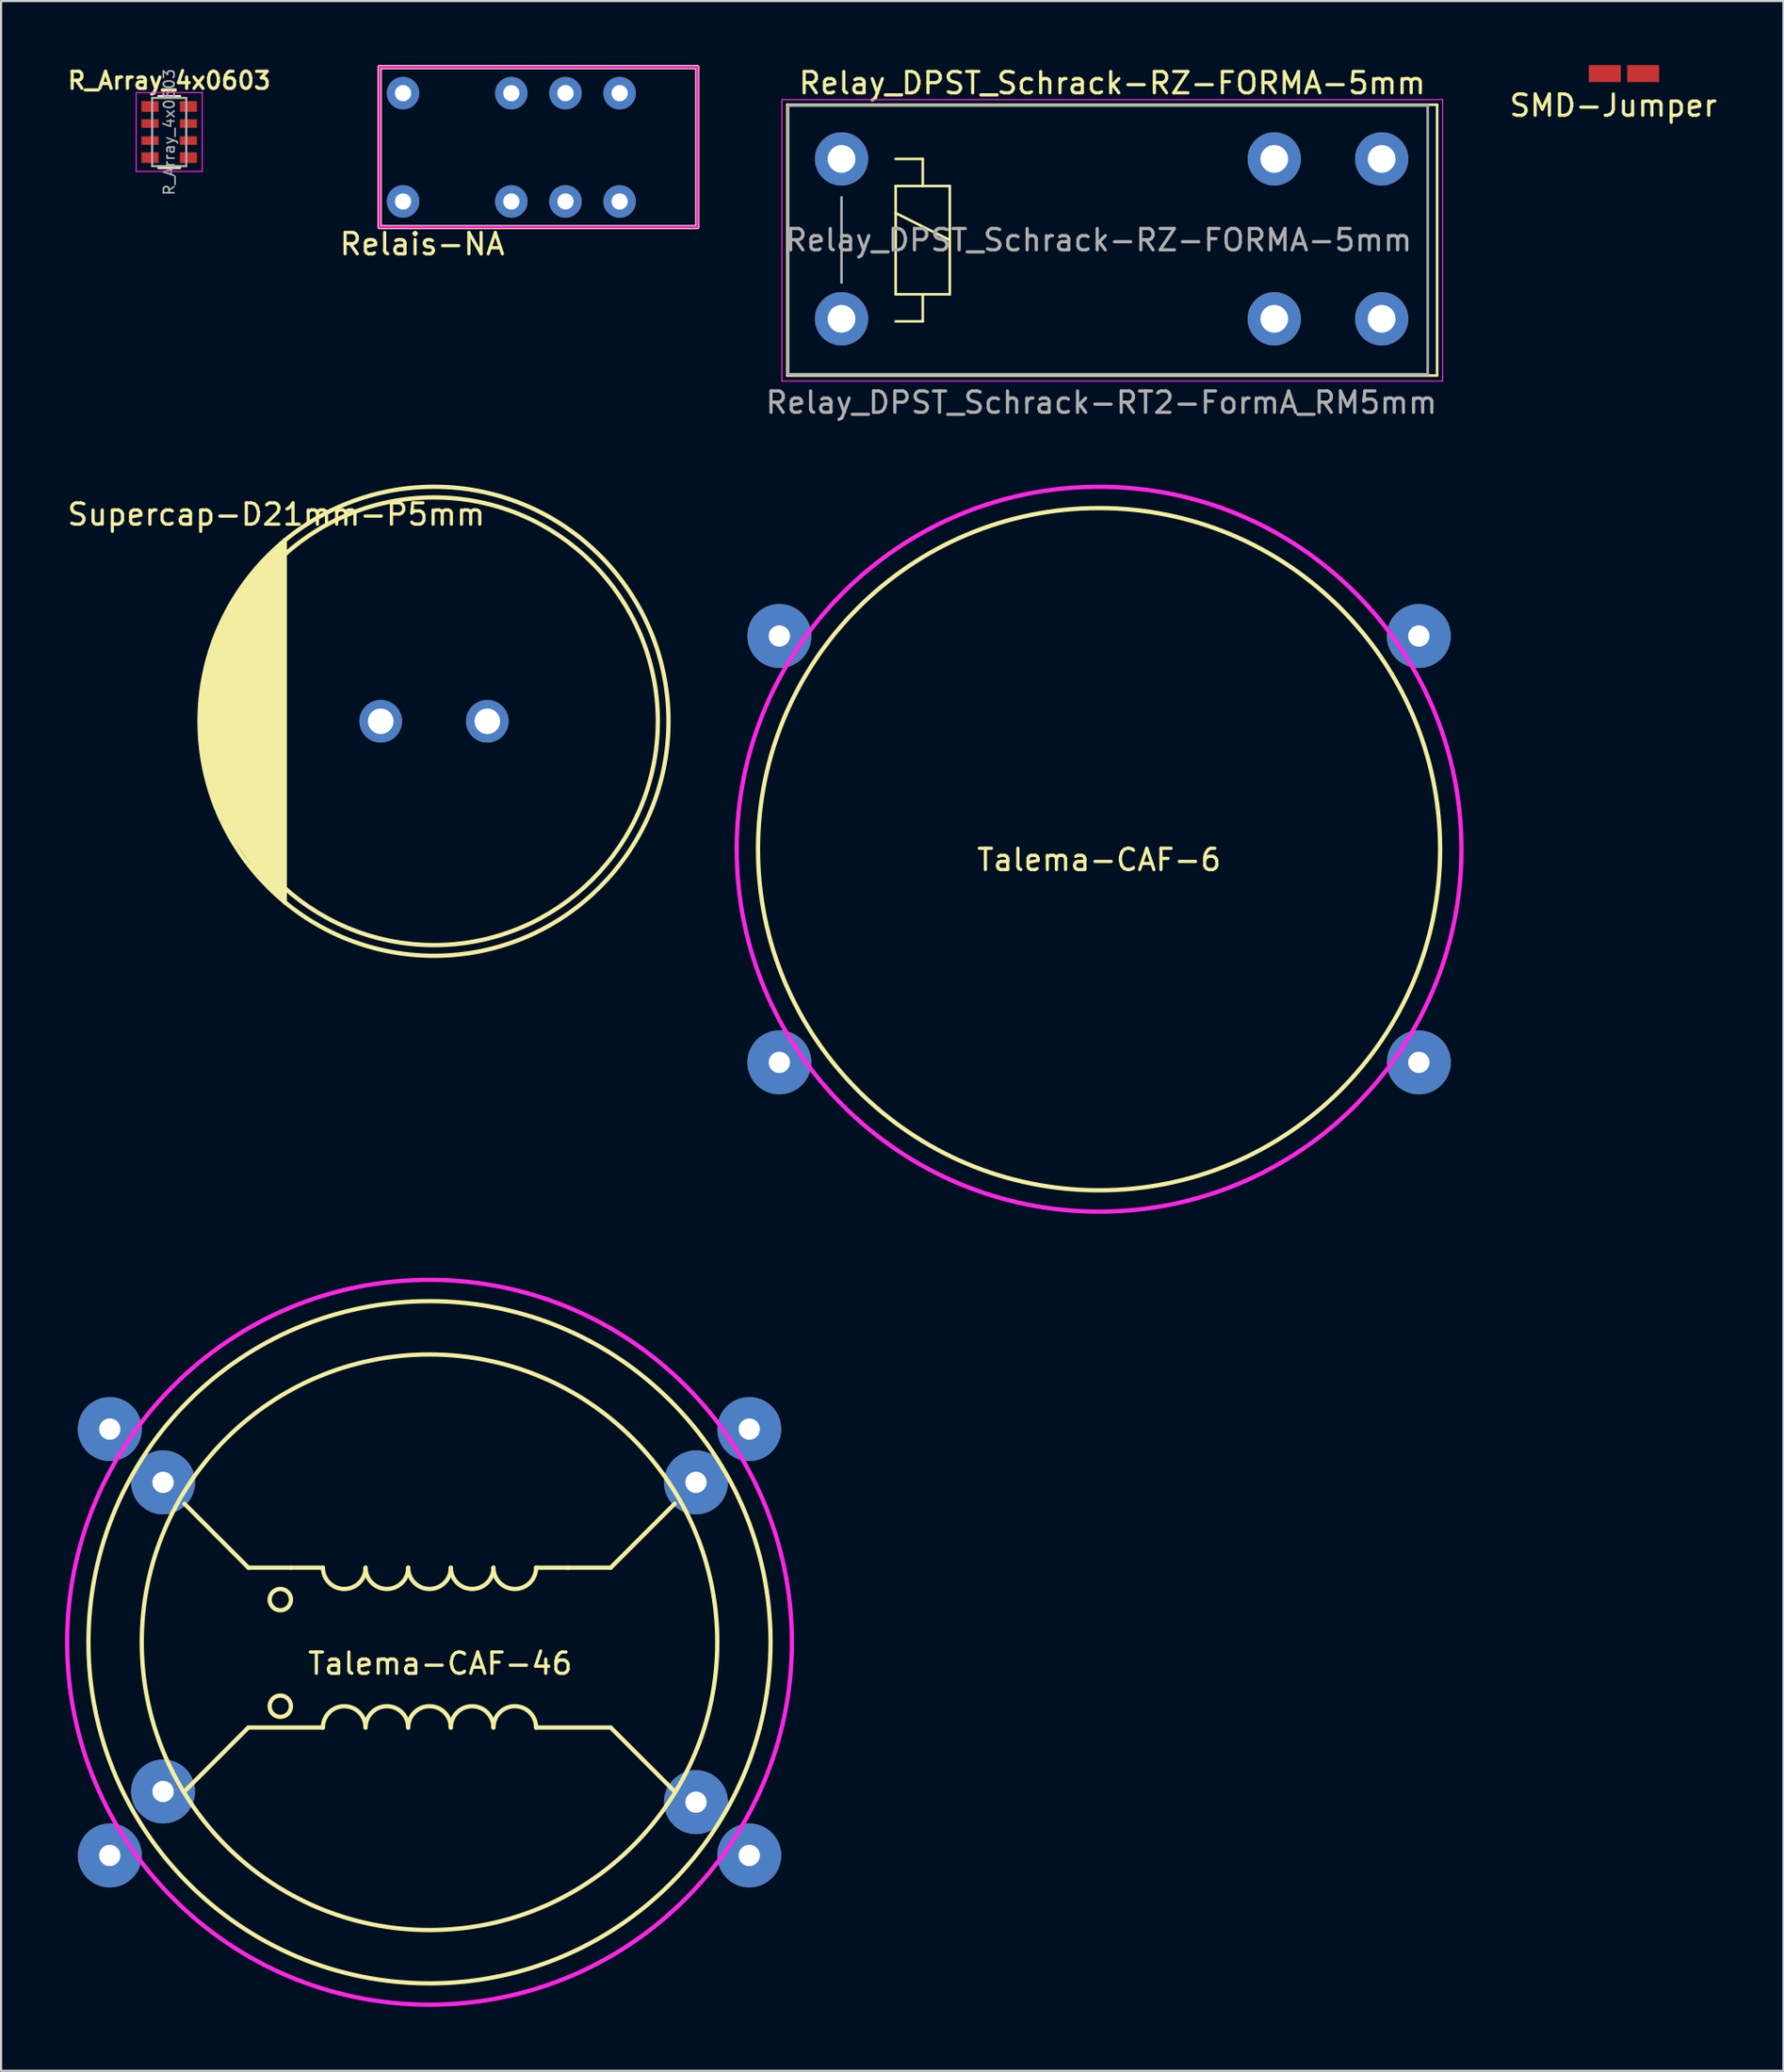
<source format=kicad_pcb>
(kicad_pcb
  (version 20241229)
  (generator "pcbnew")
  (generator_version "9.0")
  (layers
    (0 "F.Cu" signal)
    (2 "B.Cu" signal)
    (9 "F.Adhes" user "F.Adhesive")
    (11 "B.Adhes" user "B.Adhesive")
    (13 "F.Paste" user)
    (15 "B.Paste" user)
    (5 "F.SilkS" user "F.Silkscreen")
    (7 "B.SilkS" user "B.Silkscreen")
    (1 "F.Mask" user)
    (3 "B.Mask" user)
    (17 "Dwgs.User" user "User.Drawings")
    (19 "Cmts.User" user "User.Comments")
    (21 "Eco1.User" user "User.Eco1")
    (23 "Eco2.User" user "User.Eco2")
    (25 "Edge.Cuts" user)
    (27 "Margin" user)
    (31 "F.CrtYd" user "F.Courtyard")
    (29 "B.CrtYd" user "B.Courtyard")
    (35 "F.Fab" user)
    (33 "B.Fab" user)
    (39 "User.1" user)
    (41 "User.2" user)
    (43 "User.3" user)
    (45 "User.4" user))
  (footprint "R_Array_4x0603"
    (layer "F.Cu")
    (at 4.888 3.144)
    (property "Reference" "R_Array_4x0603" (at 0 -2.413 0) (layer "F.SilkS") (effects (font (size 0.8 0.8) (thickness 0.15))))
    (attr through_hole)
    (fp_line (start 0.5 -1.68) (end -0.5 -1.68) (stroke (width 0.12) (type solid)) (layer "F.SilkS"))
    (fp_line (start 0.5 1.68) (end -0.5 1.68) (stroke (width 0.12) (type solid)) (layer "F.SilkS"))
    (fp_line (start -1.55 -1.85) (end -1.55 1.85) (stroke (width 0.05) (type solid)) (layer "F.CrtYd"))
    (fp_line (start -1.55 -1.85) (end 1.55 -1.85) (stroke (width 0.05) (type solid)) (layer "F.CrtYd"))
    (fp_line (start 1.55 1.85) (end -1.55 1.85) (stroke (width 0.05) (type solid)) (layer "F.CrtYd"))
    (fp_line (start 1.55 1.85) (end 1.55 -1.85) (stroke (width 0.05) (type solid)) (layer "F.CrtYd"))
    (fp_line (start -0.8 -1.6) (end 0.8 -1.6) (stroke (width 0.1) (type solid)) (layer "F.Fab"))
    (fp_line (start -0.8 1.6) (end -0.8 -1.6) (stroke (width 0.1) (type solid)) (layer "F.Fab"))
    (fp_line (start 0.8 -1.6) (end 0.8 1.6) (stroke (width 0.1) (type solid)) (layer "F.Fab"))
    (fp_line (start 0.8 1.6) (end -0.8 1.6) (stroke (width 0.1) (type solid)) (layer "F.Fab"))
    (fp_text user "${REFERENCE}" (at 0 0 90) (layer "F.Fab") (effects (font (size 0.5 0.5) (thickness 0.075))))
    (pad "1" smd rect (at -0.9 -1.2) (size 0.8 0.5) (layers "F.Cu" "F.Mask" "F.Paste"))
    (pad "2" smd rect (at -0.9 -0.4) (size 0.8 0.4) (layers "F.Cu" "F.Mask" "F.Paste"))
    (pad "3" smd rect (at -0.9 0.4) (size 0.8 0.4) (layers "F.Cu" "F.Mask" "F.Paste"))
    (pad "4" smd rect (at -0.9 1.2) (size 0.8 0.5) (layers "F.Cu" "F.Mask" "F.Paste"))
    (pad "5" smd rect (at 0.9 1.2) (size 0.8 0.5) (layers "F.Cu" "F.Mask" "F.Paste"))
    (pad "6" smd rect (at 0.9 0.4) (size 0.8 0.4) (layers "F.Cu" "F.Mask" "F.Paste"))
    (pad "7" smd rect (at 0.9 -0.4) (size 0.8 0.4) (layers "F.Cu" "F.Mask" "F.Paste"))
    (pad "8" smd rect (at 0.9 -1.2) (size 0.8 0.5) (layers "F.Cu" "F.Mask" "F.Paste")))
  (footprint "Relais-NA"
    (layer "F.Cu")
    (at 15.858 6.4)
    (property "Reference" "Relais-NA" (at 0.9 2 0) (layer "F.SilkS") (effects (font (size 1 1) (thickness 0.15))))
    (attr through_hole)
    (fp_line (start -1.1 -6.3) (end 13.8 -6.3) (stroke (width 0.2) (type solid)) (layer "F.SilkS"))
    (fp_line (start -1.1 1.2) (end -1.1 -6.3) (stroke (width 0.2) (type solid)) (layer "F.SilkS"))
    (fp_line (start 13.8 -6.3) (end 13.8 1.2) (stroke (width 0.2) (type solid)) (layer "F.SilkS"))
    (fp_line (start 13.8 1.2) (end -1.1 1.2) (stroke (width 0.2) (type solid)) (layer "F.SilkS"))
    (fp_line (start -1.1 -6.3) (end 13.8 -6.3) (stroke (width 0.12) (type solid)) (layer "F.CrtYd"))
    (fp_line (start -1.1 1.2) (end -1.1 -6.3) (stroke (width 0.12) (type solid)) (layer "F.CrtYd"))
    (fp_line (start 13.8 -6.3) (end 13.8 1.2) (stroke (width 0.12) (type solid)) (layer "F.CrtYd"))
    (fp_line (start 13.8 1.2) (end -1.1 1.2) (stroke (width 0.12) (type solid)) (layer "F.CrtYd"))
    (pad "1" thru_hole circle (at 0 0) (size 1.524 1.524) (drill 0.762) (layers "*.Cu" "*.Mask"))
    (pad "3" thru_hole circle (at 5.08 0) (size 1.524 1.524) (drill 0.762) (layers "*.Cu" "*.Mask"))
    (pad "4" thru_hole circle (at 7.62 0) (size 1.524 1.524) (drill 0.762) (layers "*.Cu" "*.Mask"))
    (pad "5" thru_hole circle (at 10.16 0) (size 1.524 1.524) (drill 0.762) (layers "*.Cu" "*.Mask"))
    (pad "8" thru_hole circle (at 10.16 -5.08) (size 1.524 1.524) (drill 0.762) (layers "*.Cu" "*.Mask"))
    (pad "9" thru_hole circle (at 7.62 -5.08) (size 1.524 1.524) (drill 0.762) (layers "*.Cu" "*.Mask"))
    (pad "10" thru_hole circle (at 5.08 -5.08) (size 1.524 1.524) (drill 0.762) (layers "*.Cu" "*.Mask"))
    (pad "12" thru_hole circle (at 0 -5.08) (size 1.524 1.524) (drill 0.762) (layers "*.Cu" "*.Mask")))
  (footprint "Supercap-D21mm-P5mm"
    (layer "F.Cu")
    (at 17.311 30.782)
    (property "Reference" "Supercap-D21mm-P5mm" (at -7.4 -9.7 0) (layer "F.SilkS") (effects (font (size 1 1) (thickness 0.15))))
    (attr through_hole)
    (fp_line (start -7 -8.5) (end -7 8.5) (stroke (width 0.2) (type solid)) (layer "F.SilkS"))
    (fp_circle (center 0 0) (end 10.5 0) (stroke (width 0.2) (type solid)) (fill no) (layer "F.SilkS"))
    (fp_circle (center 0 0) (end 11 0) (stroke (width 0.2) (type solid)) (fill no) (layer "F.SilkS"))
    (fp_poly (pts (xy -7 8.5) (xy -8 7.5) (xy -9.6 5.2) (xy -10.4 3.4) (xy -11 0.8) (xy -10.9 -1.3) (xy -10.2 -4.2) (xy -8.6 -6.8) (xy -7 -8.4)) (stroke (width 0.1) (type solid)) (fill yes) (layer "F.SilkS"))
    (pad "1" thru_hole circle (at -2.5 0) (size 2 2) (drill 1.2) (layers "*.Cu" "*.Mask"))
    (pad "2" thru_hole circle (at 2.5 0) (size 2 2) (drill 1.2) (layers "*.Cu" "*.Mask")))
  (footprint "Talema-CAF-6"
    (layer "F.Cu")
    (at 48.511 36.783)
    (property "Reference" "Talema-CAF-6" (at 0 0.5 0) (layer "F.SilkS") (effects (font (size 1 1) (thickness 0.15))))
    (attr through_hole)
    (fp_circle (center 0 0) (end 0 -16) (stroke (width 0.2) (type solid)) (fill no) (layer "F.SilkS"))
    (fp_circle (center 0 0) (end 17 -0.1) (stroke (width 0.2) (type solid)) (fill no) (layer "F.CrtYd"))
    (pad "1" thru_hole circle (at -15 -10) (size 3 3) (drill 1) (layers "*.Cu" "*.Mask"))
    (pad "2" thru_hole circle (at -15 10) (size 3 3) (drill 1) (layers "*.Cu" "*.Mask"))
    (pad "3" thru_hole circle (at 15 10) (size 3 3) (drill 1) (layers "*.Cu" "*.Mask"))
    (pad "4" thru_hole circle (at 15 -10) (size 3 3) (drill 1) (layers "*.Cu" "*.Mask")))
  (footprint "SMD-Jumper"
    (layer "F.Cu")
    (at 73.136 0.4)
    (property "Reference" "SMD-Jumper" (at -0.5 1.5 0) (layer "F.SilkS") (effects (font (size 1 1) (thickness 0.15))))
    (attr through_hole)
    (pad "1" smd rect (at -0.9 0) (size 1.5 0.8) (layers "F.Cu" "F.Mask" "F.Paste"))
    (pad "2" smd rect (at 0.9 0) (size 1.5 0.8) (layers "F.Cu" "F.Mask" "F.Paste")))
  (footprint "Talema-CAF-46"
    (layer "F.Cu")
    (at 17.1 73.983)
    (property "Reference" "Talema-CAF-46" (at 0.5 1 180) (layer "F.SilkS") (effects (font (size 1 1) (thickness 0.15))))
    (attr through_hole)
    (fp_line (start -11.5 -6.5) (end -8.5 -3.5) (stroke (width 0.2) (type solid)) (layer "F.SilkS"))
    (fp_line (start -8.5 -3.5) (end -6.5 -3.5) (stroke (width 0.2) (type solid)) (layer "F.SilkS"))
    (fp_line (start -8.5 4) (end -11.5 7) (stroke (width 0.2) (type solid)) (layer "F.SilkS"))
    (fp_line (start -8.5 4) (end -5 4) (stroke (width 0.2) (type solid)) (layer "F.SilkS"))
    (fp_line (start -6.5 -3.5) (end -5 -3.5) (stroke (width 0.2) (type solid)) (layer "F.SilkS"))
    (fp_line (start 6.5 -3.5) (end 5 -3.5) (stroke (width 0.2) (type solid)) (layer "F.SilkS"))
    (fp_line (start 8.5 -3.5) (end 6.5 -3.5) (stroke (width 0.2) (type solid)) (layer "F.SilkS"))
    (fp_line (start 8.5 4) (end 5 4) (stroke (width 0.2) (type solid)) (layer "F.SilkS"))
    (fp_line (start 8.5 4) (end 11.5 7) (stroke (width 0.2) (type solid)) (layer "F.SilkS"))
    (fp_line (start 11.5 -6.5) (end 8.5 -3.5) (stroke (width 0.2) (type solid)) (layer "F.SilkS"))
    (fp_arc (start -5 4) (mid -4 3) (end -3 4) (stroke (width 0.2) (type solid)) (layer "F.SilkS"))
    (fp_arc (start -3 -3.5) (mid -4 -2.5) (end -5 -3.5) (stroke (width 0.2) (type solid)) (layer "F.SilkS"))
    (fp_arc (start -3 4) (mid -2 3) (end -1 4) (stroke (width 0.2) (type solid)) (layer "F.SilkS"))
    (fp_arc (start -1 -3.5) (mid -2 -2.5) (end -3 -3.5) (stroke (width 0.2) (type solid)) (layer "F.SilkS"))
    (fp_arc (start -1 4) (mid 0 3) (end 1 4) (stroke (width 0.2) (type solid)) (layer "F.SilkS"))
    (fp_arc (start 1 -3.5) (mid 0 -2.5) (end -1 -3.5) (stroke (width 0.2) (type solid)) (layer "F.SilkS"))
    (fp_arc (start 1 4) (mid 2 3) (end 3 4) (stroke (width 0.2) (type solid)) (layer "F.SilkS"))
    (fp_arc (start 3 -3.5) (mid 2 -2.5) (end 1 -3.5) (stroke (width 0.2) (type solid)) (layer "F.SilkS"))
    (fp_arc (start 3 4) (mid 4 3) (end 5 4) (stroke (width 0.2) (type solid)) (layer "F.SilkS"))
    (fp_arc (start 5 -3.5) (mid 4 -2.5) (end 3 -3.5) (stroke (width 0.2) (type solid)) (layer "F.SilkS"))
    (fp_circle (center -7 -2) (end -6.5 -2) (stroke (width 0.2) (type solid)) (fill no) (layer "F.SilkS"))
    (fp_circle (center -7 3) (end -7 2.5) (stroke (width 0.2) (type solid)) (fill no) (layer "F.SilkS"))
    (fp_circle (center 0 0) (end 0 -16) (stroke (width 0.2) (type solid)) (fill no) (layer "F.SilkS"))
    (fp_circle (center 0 0) (end 0 -13.5) (stroke (width 0.2) (type solid)) (fill no) (layer "F.SilkS"))
    (fp_circle (center 0 0) (end 17 -0.1) (stroke (width 0.2) (type solid)) (fill no) (layer "F.CrtYd"))
    (pad "1" thru_hole circle (at -15 -10) (size 3 3) (drill 1) (layers "*.Cu" "*.Mask"))
    (pad "1" thru_hole circle (at -12.5 -7.5) (size 3 3) (drill 1) (layers "*.Cu" "*.Mask"))
    (pad "2" thru_hole circle (at -15 10) (size 3 3) (drill 1) (layers "*.Cu" "*.Mask"))
    (pad "2" thru_hole circle (at -12.5 7) (size 3 3) (drill 1) (layers "*.Cu" "*.Mask"))
    (pad "3" thru_hole circle (at 12.5 7.5) (size 3 3) (drill 1) (layers "*.Cu" "*.Mask"))
    (pad "3" thru_hole circle (at 15 10) (size 3 3) (drill 1) (layers "*.Cu" "*.Mask"))
    (pad "4" thru_hole circle (at 12.5 -7.5) (size 3 3) (drill 1) (layers "*.Cu" "*.Mask"))
    (pad "4" thru_hole circle (at 15 -10) (size 3 3) (drill 1) (layers "*.Cu" "*.Mask")))
  (footprint "Relay_DPST_Schrack-RZ-FORMA-5mm"
    (layer "F.Cu")
    (at 36.429 4.404)
    (property "Reference" "Relay_DPST_Schrack-RZ-FORMA-5mm" (at 12.7 -3.556 0) (layer "F.SilkS") (effects (font (size 1 1) (thickness 0.15))))
    (attr through_hole)
    (fp_line (start -2.54 -2.54) (end 27.94 -2.54) (stroke (width 0.12) (type solid)) (layer "F.SilkS"))
    (fp_line (start -2.54 10.16) (end -2.54 -2.54) (stroke (width 0.12) (type solid)) (layer "F.SilkS"))
    (fp_line (start 2.54 0) (end 3.81 0) (stroke (width 0.12) (type solid)) (layer "F.SilkS"))
    (fp_line (start 2.54 1.27) (end 3.81 1.27) (stroke (width 0.12) (type solid)) (layer "F.SilkS"))
    (fp_line (start 2.54 2.54) (end 5.08 3.81) (stroke (width 0.12) (type solid)) (layer "F.SilkS"))
    (fp_line (start 2.54 6.35) (end 2.54 1.27) (stroke (width 0.12) (type solid)) (layer "F.SilkS"))
    (fp_line (start 3.81 0) (end 3.81 1.27) (stroke (width 0.12) (type solid)) (layer "F.SilkS"))
    (fp_line (start 3.81 1.27) (end 5.08 1.27) (stroke (width 0.12) (type solid)) (layer "F.SilkS"))
    (fp_line (start 3.81 6.35) (end 3.81 7.62) (stroke (width 0.12) (type solid)) (layer "F.SilkS"))
    (fp_line (start 3.81 7.62) (end 2.54 7.62) (stroke (width 0.12) (type solid)) (layer "F.SilkS"))
    (fp_line (start 5.08 1.27) (end 5.08 6.35) (stroke (width 0.12) (type solid)) (layer "F.SilkS"))
    (fp_line (start 5.08 6.35) (end 2.54 6.35) (stroke (width 0.12) (type solid)) (layer "F.SilkS"))
    (fp_line (start 27.94 -2.54) (end 27.94 10.16) (stroke (width 0.12) (type solid)) (layer "F.SilkS"))
    (fp_line (start 27.94 10.16) (end -2.54 10.16) (stroke (width 0.12) (type solid)) (layer "F.SilkS"))
    (fp_line (start -2.8 -2.78) (end 28.2 -2.78) (stroke (width 0.05) (type solid)) (layer "F.CrtYd"))
    (fp_line (start -2.8 10.42) (end -2.8 -2.78) (stroke (width 0.05) (type solid)) (layer "F.CrtYd"))
    (fp_line (start 28.2 -2.78) (end 28.2 10.42) (stroke (width 0.05) (type solid)) (layer "F.CrtYd"))
    (fp_line (start 28.2 10.42) (end -2.8 10.42) (stroke (width 0.05) (type solid)) (layer "F.CrtYd"))
    (fp_line (start -2.5 -2.5) (end 27.5 -2.5) (stroke (width 0.12) (type solid)) (layer "F.Fab"))
    (fp_line (start -2.5 10.1) (end -2.5 -2.5) (stroke (width 0.12) (type solid)) (layer "F.Fab"))
    (fp_line (start 0 1.8) (end 0 5.8) (stroke (width 0.12) (type solid)) (layer "F.Fab"))
    (fp_line (start 27.5 -2.5) (end 27.5 10.1) (stroke (width 0.12) (type solid)) (layer "F.Fab"))
    (fp_line (start 27.5 10.1) (end -2.5 10.1) (stroke (width 0.12) (type solid)) (layer "F.Fab"))
    (fp_text user "Relay_DPST_Schrack-RT2-FormA_RM5mm" (at 12.192 11.43 0) (layer "F.Fab") (effects (font (size 1 1) (thickness 0.15))))
    (fp_text user "${REFERENCE}" (at 12.065 3.81 0) (layer "F.Fab") (effects (font (size 1 1) (thickness 0.15))))
    (pad "11" thru_hole circle (at 20.3 0) (size 2.5 2.5) (drill 1.3) (layers "*.Cu" "*.Mask"))
    (pad "11" thru_hole circle (at 20.3 7.5) (size 2.5 2.5) (drill 1.3) (layers "*.Cu" "*.Mask"))
    (pad "14" thru_hole circle (at 25.34 0) (size 2.5 2.5) (drill 1.3) (layers "*.Cu" "*.Mask"))
    (pad "14" thru_hole circle (at 25.34 7.5) (size 2.5 2.5) (drill 1.3) (layers "*.Cu" "*.Mask"))
    (pad "A1" thru_hole circle (at 0 0) (size 2.5 2.5) (drill 1.3) (layers "*.Cu" "*.Mask"))
    (pad "A2" thru_hole circle (at 0 7.5) (size 2.5 2.5) (drill 1.3) (layers "*.Cu" "*.Mask")))
  (gr_rect
    (start -3 -3)
    (end 80.618 94.084)
    (stroke (width 0.1) (type default))
    (fill no)
    (layer "Edge.Cuts")))
</source>
